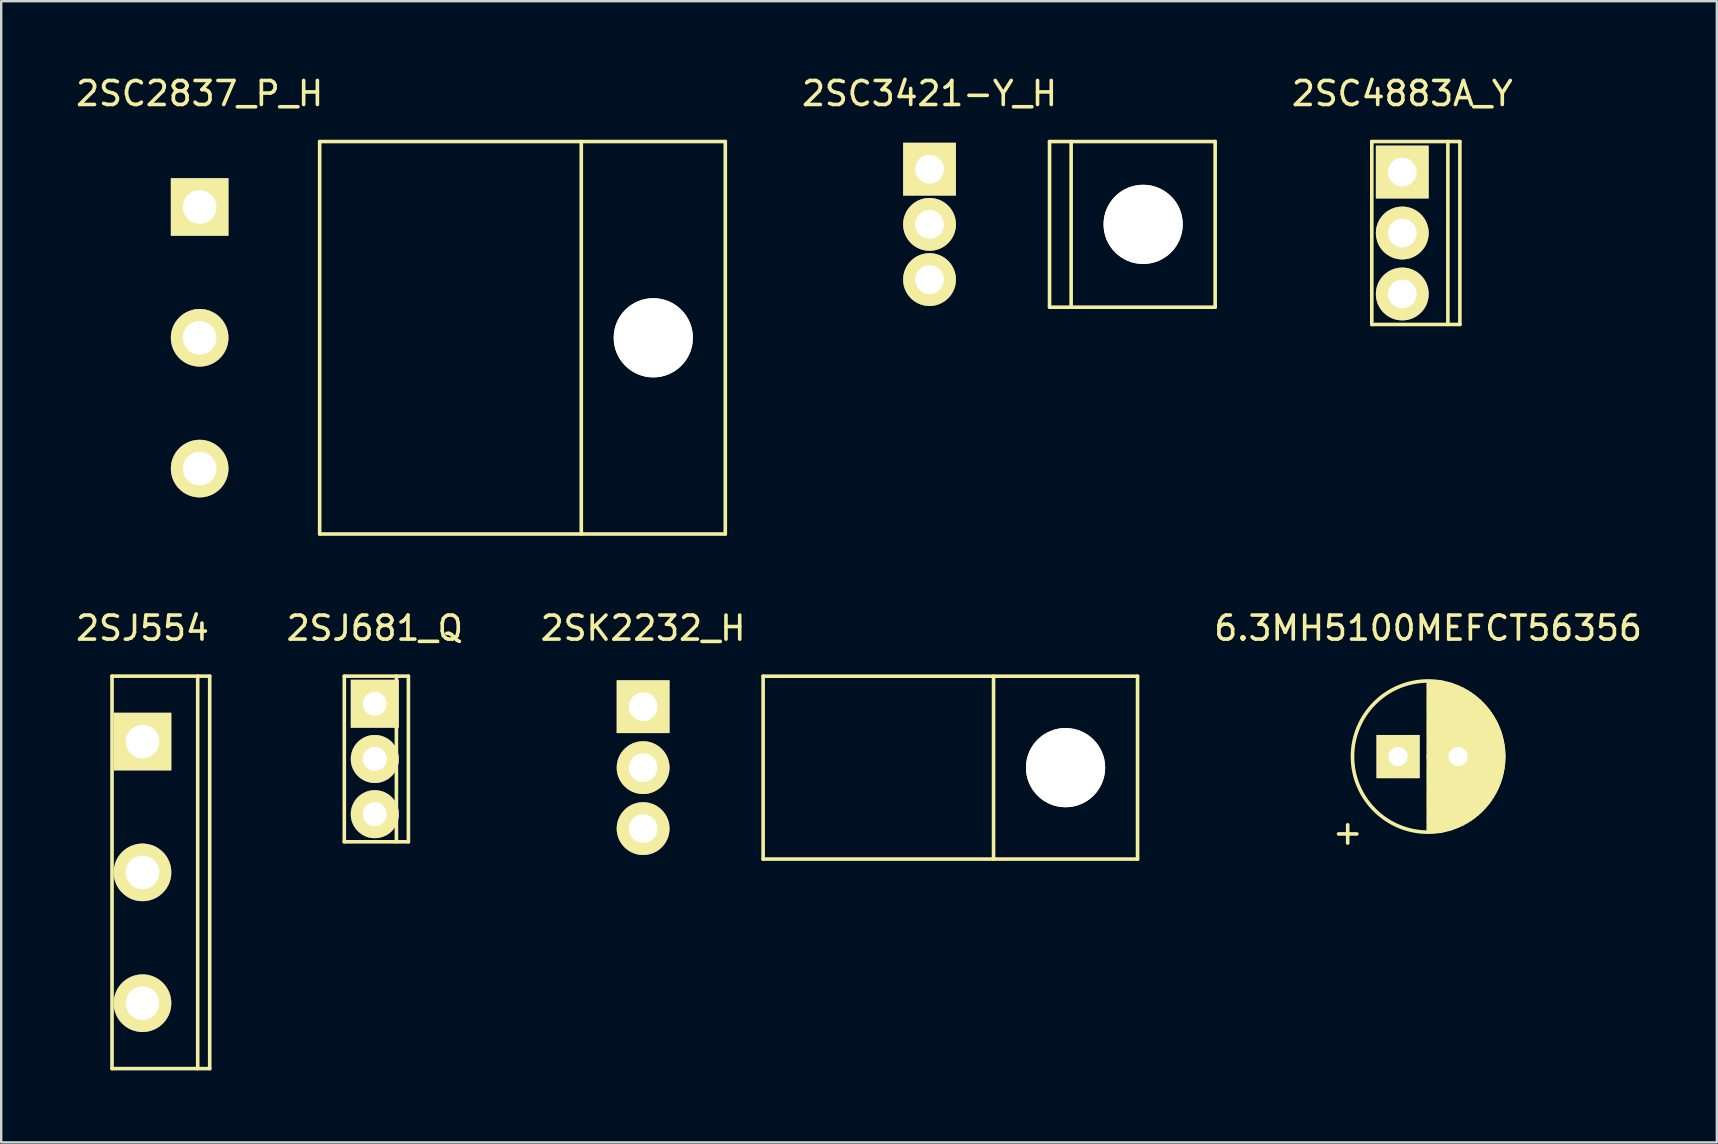
<source format=kicad_pcb>
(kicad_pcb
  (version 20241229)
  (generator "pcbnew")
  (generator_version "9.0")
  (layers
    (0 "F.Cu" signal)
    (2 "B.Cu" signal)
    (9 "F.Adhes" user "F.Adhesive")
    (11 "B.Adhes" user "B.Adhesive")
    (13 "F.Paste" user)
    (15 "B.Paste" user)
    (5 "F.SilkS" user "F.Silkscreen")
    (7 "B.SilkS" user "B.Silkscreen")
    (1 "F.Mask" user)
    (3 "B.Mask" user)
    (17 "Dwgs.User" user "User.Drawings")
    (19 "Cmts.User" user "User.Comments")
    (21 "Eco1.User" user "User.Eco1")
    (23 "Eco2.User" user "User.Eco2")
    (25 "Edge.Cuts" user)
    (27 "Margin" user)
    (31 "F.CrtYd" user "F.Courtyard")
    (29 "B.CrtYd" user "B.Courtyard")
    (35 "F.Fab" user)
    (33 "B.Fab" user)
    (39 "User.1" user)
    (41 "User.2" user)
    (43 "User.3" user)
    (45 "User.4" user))
  (footprint "2SC2837_P_H"
    (layer "F.Cu")
    (at 5.268 5.573)
    (property "Reference" "2SC2837_P_H" (at 0 -4.725 0) (layer "F.SilkS") (effects (font (size 1 1) (thickness 0.15))))
    (attr through_hole)
    (fp_line (start 5 -2.725) (end 5 13.625) (stroke (width 0.15) (type solid)) (layer "F.SilkS"))
    (fp_line (start 5 -2.725) (end 21.9 -2.725) (stroke (width 0.15) (type solid)) (layer "F.SilkS"))
    (fp_line (start 5 13.625) (end 21.9 13.625) (stroke (width 0.15) (type solid)) (layer "F.SilkS"))
    (fp_line (start 15.9 -2.725) (end 15.9 13.625) (stroke (width 0.15) (type solid)) (layer "F.SilkS"))
    (fp_line (start 21.9 -2.725) (end 21.9 13.625) (stroke (width 0.15) (type solid)) (layer "F.SilkS"))
    (pad "" np_thru_hole circle (at 18.9 5.45) (size 3.3 3.3) (drill 3.3) (layers "*.Cu" "*.Mask" "F.SilkS"))
    (pad "1" thru_hole rect (at 0 0) (size 2.4 2.4) (drill 1.4) (layers "*.Cu" "*.Mask" "F.SilkS"))
    (pad "2" thru_hole circle (at 0 5.45) (size 2.4 2.4) (drill 1.4) (layers "*.Cu" "*.Mask" "F.SilkS"))
    (pad "3" thru_hole circle (at 0 10.9) (size 2.4 2.4) (drill 1.4) (layers "*.Cu" "*.Mask" "F.SilkS")))
  (footprint "2SK2232_H"
    (layer "F.Cu")
    (at 23.744 26.392)
    (property "Reference" "2SK2232_H" (at 0 -3.27 0) (layer "F.SilkS") (effects (font (size 1 1) (thickness 0.15))))
    (attr through_hole)
    (fp_line (start 5 -1.27) (end 5 6.35) (stroke (width 0.15) (type solid)) (layer "F.SilkS"))
    (fp_line (start 5 -1.27) (end 20.6 -1.27) (stroke (width 0.15) (type solid)) (layer "F.SilkS"))
    (fp_line (start 5 6.35) (end 20.6 6.35) (stroke (width 0.15) (type solid)) (layer "F.SilkS"))
    (fp_line (start 14.6 -1.27) (end 14.6 6.35) (stroke (width 0.15) (type solid)) (layer "F.SilkS"))
    (fp_line (start 20.6 -1.27) (end 20.6 6.35) (stroke (width 0.15) (type solid)) (layer "F.SilkS"))
    (pad "" np_thru_hole circle (at 17.6 2.54) (size 3.3 3.3) (drill 3.3) (layers "*.Cu" "*.Mask" "F.SilkS"))
    (pad "1" thru_hole rect (at 0 0) (size 2.2 2.2) (drill 1.2) (layers "*.Cu" "*.Mask" "F.SilkS"))
    (pad "2" thru_hole circle (at 0 2.54) (size 2.2 2.2) (drill 1.2) (layers "*.Cu" "*.Mask" "F.SilkS"))
    (pad "3" thru_hole circle (at 0 5.08) (size 2.2 2.2) (drill 1.2) (layers "*.Cu" "*.Mask" "F.SilkS")))
  (footprint "2SC3421-Y_H"
    (layer "F.Cu")
    (at 35.677 3.998)
    (property "Reference" "2SC3421-Y_H" (at 0 -3.15 0) (layer "F.SilkS") (effects (font (size 1 1) (thickness 0.15))))
    (attr through_hole)
    (fp_line (start 5 -1.15) (end 5 5.75) (stroke (width 0.15) (type solid)) (layer "F.SilkS"))
    (fp_line (start 5 -1.15) (end 11.9 -1.15) (stroke (width 0.15) (type solid)) (layer "F.SilkS"))
    (fp_line (start 5 5.75) (end 11.9 5.75) (stroke (width 0.15) (type solid)) (layer "F.SilkS"))
    (fp_line (start 5.9 -1.15) (end 5.9 5.75) (stroke (width 0.15) (type solid)) (layer "F.SilkS"))
    (fp_line (start 11.9 -1.15) (end 11.9 5.75) (stroke (width 0.15) (type solid)) (layer "F.SilkS"))
    (pad "" np_thru_hole circle (at 8.9 2.3) (size 3.3 3.3) (drill 3.3) (layers "*.Cu" "*.Mask" "F.SilkS"))
    (pad "1" thru_hole rect (at 0 0) (size 2.2 2.2) (drill 1.2) (layers "*.Cu" "*.Mask" "F.SilkS"))
    (pad "2" thru_hole circle (at 0 2.3) (size 2.2 2.2) (drill 1.2) (layers "*.Cu" "*.Mask" "F.SilkS"))
    (pad "3" thru_hole circle (at 0 4.6) (size 2.2 2.2) (drill 1.2) (layers "*.Cu" "*.Mask" "F.SilkS")))
  (footprint "6.3MH5100MEFCT56356"
    (layer "F.Cu")
    (at 55.199 28.471)
    (property "Reference" "6.3MH5100MEFCT56356" (at 1.25 -5.35 0) (layer "F.SilkS") (effects (font (size 1 1) (thickness 0.15))))
    (attr through_hole)
    (fp_line (start 1.25 -3.1) (end 1.809 -3.1) (stroke (width 0.15) (type solid)) (layer "F.SilkS"))
    (fp_line (start 1.25 -3) (end 2.21 -3) (stroke (width 0.15) (type solid)) (layer "F.SilkS"))
    (fp_line (start 1.25 -2.9) (end 2.48 -2.9) (stroke (width 0.15) (type solid)) (layer "F.SilkS"))
    (fp_line (start 1.25 -2.8) (end 2.693 -2.8) (stroke (width 0.15) (type solid)) (layer "F.SilkS"))
    (fp_line (start 1.25 -2.7) (end 2.872 -2.7) (stroke (width 0.15) (type solid)) (layer "F.SilkS"))
    (fp_line (start 1.25 -2.6) (end 3.028 -2.6) (stroke (width 0.15) (type solid)) (layer "F.SilkS"))
    (fp_line (start 1.25 -2.5) (end 3.166 -2.5) (stroke (width 0.15) (type solid)) (layer "F.SilkS"))
    (fp_line (start 1.25 -2.4) (end 3.29 -2.4) (stroke (width 0.15) (type solid)) (layer "F.SilkS"))
    (fp_line (start 1.25 -2.3) (end 3.402 -2.3) (stroke (width 0.15) (type solid)) (layer "F.SilkS"))
    (fp_line (start 1.25 -2.2) (end 3.504 -2.2) (stroke (width 0.15) (type solid)) (layer "F.SilkS"))
    (fp_line (start 1.25 -2.1) (end 3.598 -2.1) (stroke (width 0.15) (type solid)) (layer "F.SilkS"))
    (fp_line (start 1.25 -2) (end 3.684 -2) (stroke (width 0.15) (type solid)) (layer "F.SilkS"))
    (fp_line (start 1.25 -1.9) (end 3.762 -1.9) (stroke (width 0.15) (type solid)) (layer "F.SilkS"))
    (fp_line (start 1.25 -1.8) (end 3.835 -1.8) (stroke (width 0.15) (type solid)) (layer "F.SilkS"))
    (fp_line (start 1.25 -1.7) (end 3.902 -1.7) (stroke (width 0.15) (type solid)) (layer "F.SilkS"))
    (fp_line (start 1.25 -1.6) (end 3.963 -1.6) (stroke (width 0.15) (type solid)) (layer "F.SilkS"))
    (fp_line (start 1.25 -1.5) (end 4.02 -1.5) (stroke (width 0.15) (type solid)) (layer "F.SilkS"))
    (fp_line (start 1.25 -1.4) (end 4.072 -1.4) (stroke (width 0.15) (type solid)) (layer "F.SilkS"))
    (fp_line (start 1.25 -1.3) (end 4.119 -1.3) (stroke (width 0.15) (type solid)) (layer "F.SilkS"))
    (fp_line (start 1.25 -1.2) (end 4.162 -1.2) (stroke (width 0.15) (type solid)) (layer "F.SilkS"))
    (fp_line (start 1.25 -1.1) (end 4.202 -1.1) (stroke (width 0.15) (type solid)) (layer "F.SilkS"))
    (fp_line (start 1.25 -1) (end 4.237 -1) (stroke (width 0.15) (type solid)) (layer "F.SilkS"))
    (fp_line (start 1.25 -0.9) (end 4.269 -0.9) (stroke (width 0.15) (type solid)) (layer "F.SilkS"))
    (fp_line (start 1.25 -0.8) (end 4.297 -0.8) (stroke (width 0.15) (type solid)) (layer "F.SilkS"))
    (fp_line (start 1.25 -0.7) (end 4.321 -0.7) (stroke (width 0.15) (type solid)) (layer "F.SilkS"))
    (fp_line (start 1.25 -0.6) (end 4.342 -0.6) (stroke (width 0.15) (type solid)) (layer "F.SilkS"))
    (fp_line (start 1.25 -0.5) (end 4.36 -0.5) (stroke (width 0.15) (type solid)) (layer "F.SilkS"))
    (fp_line (start 1.25 -0.4) (end 4.375 -0.4) (stroke (width 0.15) (type solid)) (layer "F.SilkS"))
    (fp_line (start 1.25 -0.3) (end 4.386 -0.3) (stroke (width 0.15) (type solid)) (layer "F.SilkS"))
    (fp_line (start 1.25 -0.2) (end 4.394 -0.2) (stroke (width 0.15) (type solid)) (layer "F.SilkS"))
    (fp_line (start 1.25 -0.1) (end 4.398 -0.1) (stroke (width 0.15) (type solid)) (layer "F.SilkS"))
    (fp_line (start 1.25 0) (end 4.4 0) (stroke (width 0.15) (type solid)) (layer "F.SilkS"))
    (fp_line (start 1.25 0) (end 4.4 0) (stroke (width 0.15) (type solid)) (layer "F.SilkS"))
    (fp_line (start 1.25 0.1) (end 4.398 0.1) (stroke (width 0.15) (type solid)) (layer "F.SilkS"))
    (fp_line (start 1.25 0.2) (end 4.394 0.2) (stroke (width 0.15) (type solid)) (layer "F.SilkS"))
    (fp_line (start 1.25 0.3) (end 4.386 0.3) (stroke (width 0.15) (type solid)) (layer "F.SilkS"))
    (fp_line (start 1.25 0.4) (end 4.375 0.4) (stroke (width 0.15) (type solid)) (layer "F.SilkS"))
    (fp_line (start 1.25 0.5) (end 4.36 0.5) (stroke (width 0.15) (type solid)) (layer "F.SilkS"))
    (fp_line (start 1.25 0.6) (end 4.342 0.6) (stroke (width 0.15) (type solid)) (layer "F.SilkS"))
    (fp_line (start 1.25 0.7) (end 4.321 0.7) (stroke (width 0.15) (type solid)) (layer "F.SilkS"))
    (fp_line (start 1.25 0.8) (end 4.297 0.8) (stroke (width 0.15) (type solid)) (layer "F.SilkS"))
    (fp_line (start 1.25 0.9) (end 4.269 0.9) (stroke (width 0.15) (type solid)) (layer "F.SilkS"))
    (fp_line (start 1.25 1) (end 4.237 1) (stroke (width 0.15) (type solid)) (layer "F.SilkS"))
    (fp_line (start 1.25 1.1) (end 4.202 1.1) (stroke (width 0.15) (type solid)) (layer "F.SilkS"))
    (fp_line (start 1.25 1.2) (end 4.162 1.2) (stroke (width 0.15) (type solid)) (layer "F.SilkS"))
    (fp_line (start 1.25 1.3) (end 4.119 1.3) (stroke (width 0.15) (type solid)) (layer "F.SilkS"))
    (fp_line (start 1.25 1.4) (end 4.072 1.4) (stroke (width 0.15) (type solid)) (layer "F.SilkS"))
    (fp_line (start 1.25 1.5) (end 4.02 1.5) (stroke (width 0.15) (type solid)) (layer "F.SilkS"))
    (fp_line (start 1.25 1.6) (end 3.963 1.6) (stroke (width 0.15) (type solid)) (layer "F.SilkS"))
    (fp_line (start 1.25 1.7) (end 3.902 1.7) (stroke (width 0.15) (type solid)) (layer "F.SilkS"))
    (fp_line (start 1.25 1.8) (end 3.835 1.8) (stroke (width 0.15) (type solid)) (layer "F.SilkS"))
    (fp_line (start 1.25 1.9) (end 3.762 1.9) (stroke (width 0.15) (type solid)) (layer "F.SilkS"))
    (fp_line (start 1.25 2) (end 3.684 2) (stroke (width 0.15) (type solid)) (layer "F.SilkS"))
    (fp_line (start 1.25 2.1) (end 3.598 2.1) (stroke (width 0.15) (type solid)) (layer "F.SilkS"))
    (fp_line (start 1.25 2.2) (end 3.504 2.2) (stroke (width 0.15) (type solid)) (layer "F.SilkS"))
    (fp_line (start 1.25 2.3) (end 3.402 2.3) (stroke (width 0.15) (type solid)) (layer "F.SilkS"))
    (fp_line (start 1.25 2.4) (end 3.29 2.4) (stroke (width 0.15) (type solid)) (layer "F.SilkS"))
    (fp_line (start 1.25 2.5) (end 3.166 2.5) (stroke (width 0.15) (type solid)) (layer "F.SilkS"))
    (fp_line (start 1.25 2.6) (end 3.028 2.6) (stroke (width 0.15) (type solid)) (layer "F.SilkS"))
    (fp_line (start 1.25 2.7) (end 2.872 2.7) (stroke (width 0.15) (type solid)) (layer "F.SilkS"))
    (fp_line (start 1.25 2.8) (end 2.693 2.8) (stroke (width 0.15) (type solid)) (layer "F.SilkS"))
    (fp_line (start 1.25 2.9) (end 2.48 2.9) (stroke (width 0.15) (type solid)) (layer "F.SilkS"))
    (fp_line (start 1.25 3) (end 2.21 3) (stroke (width 0.15) (type solid)) (layer "F.SilkS"))
    (fp_line (start 1.25 3.1) (end 1.809 3.1) (stroke (width 0.15) (type solid)) (layer "F.SilkS"))
    (fp_circle (center 1.25 0) (end 1.25 -3.15) (stroke (width 0.15) (type solid)) (fill no) (layer "F.SilkS"))
    (fp_text user "+" (at -2.1 3.15 0) (layer "F.SilkS") (effects (font (size 1 1) (thickness 0.15))))
    (pad "1" thru_hole rect (at 0 0) (size 1.8 1.8) (drill 0.8) (layers "*.Cu" "*.Mask" "F.SilkS"))
    (pad "2" thru_hole circle (at 2.5 0) (size 1.8 1.8) (drill 0.8) (layers "*.Cu" "*.Mask" "F.SilkS")))
  (footprint "2SJ681_Q"
    (layer "F.Cu")
    (at 12.565 26.271)
    (property "Reference" "2SJ681_Q" (at 0 -3.15 0) (layer "F.SilkS") (effects (font (size 1 1) (thickness 0.15))))
    (attr through_hole)
    (fp_line (start -1.27 -1.15) (end -1.27 5.75) (stroke (width 0.15) (type solid)) (layer "F.SilkS"))
    (fp_line (start -1.27 -1.15) (end 1.4 -1.15) (stroke (width 0.15) (type solid)) (layer "F.SilkS"))
    (fp_line (start -1.27 5.75) (end 1.4 5.75) (stroke (width 0.15) (type solid)) (layer "F.SilkS"))
    (fp_line (start 0.9 -1.15) (end 0.9 5.75) (stroke (width 0.15) (type solid)) (layer "F.SilkS"))
    (fp_line (start 1.4 -1.15) (end 1.4 5.75) (stroke (width 0.15) (type solid)) (layer "F.SilkS"))
    (pad "1" thru_hole rect (at 0 0) (size 2 2) (drill 1) (layers "*.Cu" "*.Mask" "F.SilkS"))
    (pad "2" thru_hole circle (at 0 2.3) (size 2 2) (drill 1) (layers "*.Cu" "*.Mask" "F.SilkS"))
    (pad "3" thru_hole circle (at 0 4.6) (size 2 2) (drill 1) (layers "*.Cu" "*.Mask" "F.SilkS")))
  (footprint "2SJ554"
    (layer "F.Cu")
    (at 2.887 27.846)
    (property "Reference" "2SJ554" (at 0 -4.725 0) (layer "F.SilkS") (effects (font (size 1 1) (thickness 0.15))))
    (attr through_hole)
    (fp_line (start -1.27 -2.725) (end -1.27 13.625) (stroke (width 0.15) (type solid)) (layer "F.SilkS"))
    (fp_line (start -1.27 -2.725) (end 2.8 -2.725) (stroke (width 0.15) (type solid)) (layer "F.SilkS"))
    (fp_line (start -1.27 13.625) (end 2.8 13.625) (stroke (width 0.15) (type solid)) (layer "F.SilkS"))
    (fp_line (start 2.3 -2.725) (end 2.3 13.625) (stroke (width 0.15) (type solid)) (layer "F.SilkS"))
    (fp_line (start 2.8 -2.725) (end 2.8 13.625) (stroke (width 0.15) (type solid)) (layer "F.SilkS"))
    (pad "1" thru_hole rect (at 0 0) (size 2.4 2.4) (drill 1.4) (layers "*.Cu" "*.Mask" "F.SilkS"))
    (pad "2" thru_hole circle (at 0 5.45) (size 2.4 2.4) (drill 1.4) (layers "*.Cu" "*.Mask" "F.SilkS"))
    (pad "3" thru_hole circle (at 0 10.9) (size 2.4 2.4) (drill 1.4) (layers "*.Cu" "*.Mask" "F.SilkS")))
  (footprint "2SC4883A_Y"
    (layer "F.Cu")
    (at 55.373 4.118)
    (property "Reference" "2SC4883A_Y" (at 0 -3.27 0) (layer "F.SilkS") (effects (font (size 1 1) (thickness 0.15))))
    (attr through_hole)
    (fp_line (start -1.27 -1.27) (end -1.27 6.35) (stroke (width 0.15) (type solid)) (layer "F.SilkS"))
    (fp_line (start -1.27 -1.27) (end 2.4 -1.27) (stroke (width 0.15) (type solid)) (layer "F.SilkS"))
    (fp_line (start -1.27 6.35) (end 2.4 6.35) (stroke (width 0.15) (type solid)) (layer "F.SilkS"))
    (fp_line (start 1.9 -1.27) (end 1.9 6.35) (stroke (width 0.15) (type solid)) (layer "F.SilkS"))
    (fp_line (start 2.4 -1.27) (end 2.4 6.35) (stroke (width 0.15) (type solid)) (layer "F.SilkS"))
    (pad "1" thru_hole rect (at 0 0) (size 2.2 2.2) (drill 1.2) (layers "*.Cu" "*.Mask" "F.SilkS"))
    (pad "2" thru_hole circle (at 0 2.54) (size 2.2 2.2) (drill 1.2) (layers "*.Cu" "*.Mask" "F.SilkS"))
    (pad "3" thru_hole circle (at 0 5.08) (size 2.2 2.2) (drill 1.2) (layers "*.Cu" "*.Mask" "F.SilkS")))
  (gr_rect
    (start -3 -3)
    (end 68.479 44.547)
    (stroke (width 0.1) (type default))
    (fill no)
    (layer "Edge.Cuts")))
</source>
